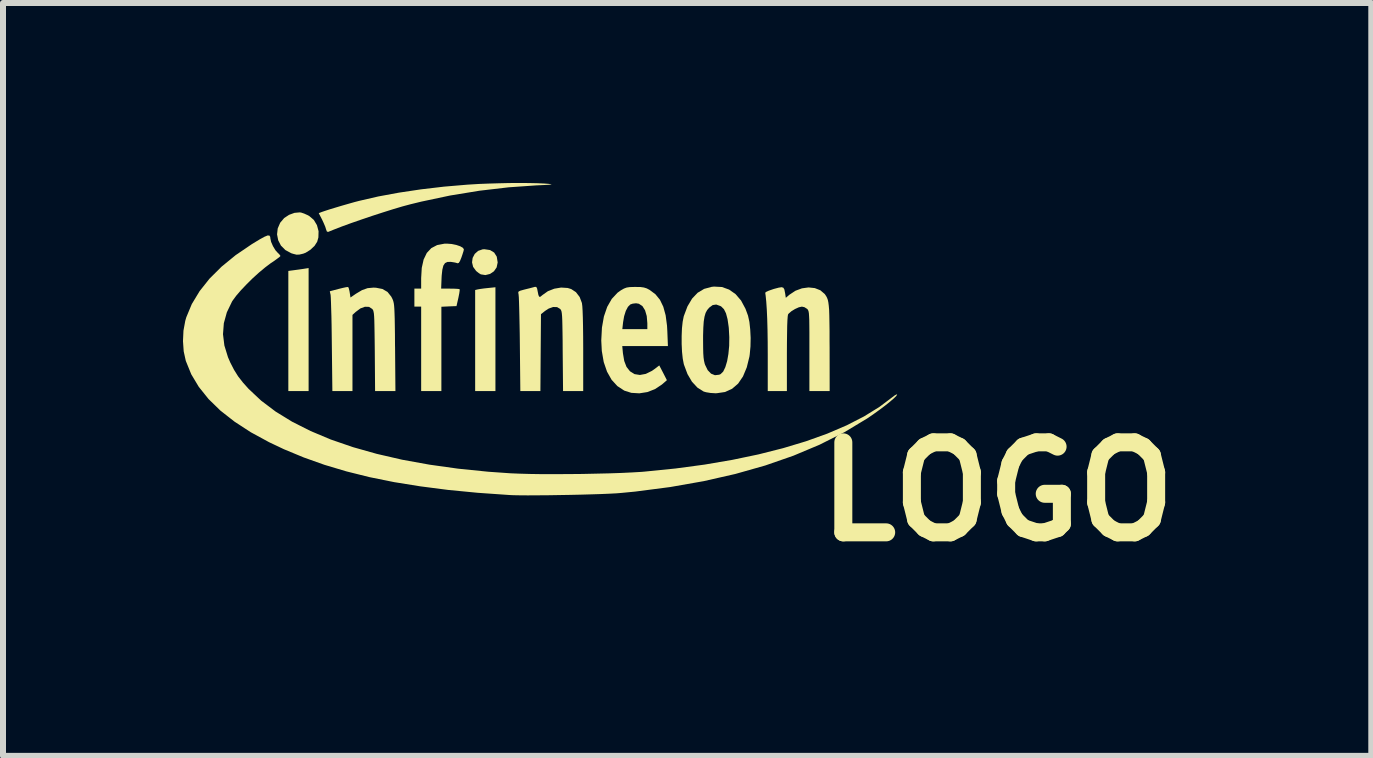
<source format=kicad_pcb>
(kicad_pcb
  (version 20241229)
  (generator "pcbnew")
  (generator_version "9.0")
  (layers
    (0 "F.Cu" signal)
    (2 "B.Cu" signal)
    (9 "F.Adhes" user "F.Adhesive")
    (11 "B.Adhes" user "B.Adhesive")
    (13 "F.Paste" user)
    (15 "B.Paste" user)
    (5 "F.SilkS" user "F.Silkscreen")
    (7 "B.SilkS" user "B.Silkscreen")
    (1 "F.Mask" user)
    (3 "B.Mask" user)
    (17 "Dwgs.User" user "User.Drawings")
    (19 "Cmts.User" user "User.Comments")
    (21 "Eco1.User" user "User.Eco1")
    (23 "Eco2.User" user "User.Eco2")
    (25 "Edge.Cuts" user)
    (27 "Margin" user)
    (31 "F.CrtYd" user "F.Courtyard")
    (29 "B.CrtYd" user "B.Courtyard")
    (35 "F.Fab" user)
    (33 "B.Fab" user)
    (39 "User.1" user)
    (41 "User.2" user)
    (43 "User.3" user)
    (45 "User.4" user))
  (footprint "LOGO"
    (layer "F.Cu")
    (at 5.958 2.605)
    (property "Reference" "LOGO" (at 7.62 2.54 0) (layer "F.SilkS") (effects (font (size 1.5 1.5) (thickness 0.3))))
    (attr board_only exclude_from_pos_files exclude_from_bom)
    (fp_poly (pts (xy -3.864 -0.162) (xy -3.864 0.863) (xy -4.033 0.863) (xy -4.202 0.863) (xy -4.202 -0.138) (xy -4.202 -1.139) (xy -4.104 -1.152) (xy -4.03 -1.162) (xy -3.96 -1.172) (xy -3.935 -1.176) (xy -3.864 -1.187)) (stroke (width 0) (type solid)) (fill yes) (layer "F.SilkS"))
    (fp_poly (pts (xy -0.75 -0.002) (xy -0.75 0.863) (xy -0.919 0.863) (xy -1.088 0.863) (xy -1.088 0.021) (xy -1.088 -0.821) (xy -1.046 -0.831) (xy -1.006 -0.838) (xy -0.942 -0.847) (xy -0.877 -0.854) (xy -0.75 -0.867)) (stroke (width 0) (type solid)) (fill yes) (layer "F.SilkS"))
    (fp_poly (pts (xy -0.84 -1.487) (xy -0.771 -1.445) (xy -0.728 -1.377) (xy -0.713 -1.283) (xy -0.713 -1.279) (xy -0.73 -1.198) (xy -0.775 -1.133) (xy -0.84 -1.089) (xy -0.917 -1.07) (xy -0.994 -1.082) (xy -1.026 -1.102) (xy -1.068 -1.135) (xy -1.074 -1.141) (xy -1.122 -1.207) (xy -1.14 -1.282) (xy -1.13 -1.356) (xy -1.095 -1.423) (xy -1.039 -1.473) (xy -0.964 -1.499) (xy -0.934 -1.501)) (stroke (width 0) (type solid)) (fill yes) (layer "F.SilkS"))
    (fp_poly (pts (xy -3.989 -2.112) (xy -3.938 -2.095) (xy -3.876 -2.067) (xy -3.853 -2.054) (xy -3.777 -1.989) (xy -3.725 -1.902) (xy -3.698 -1.801) (xy -3.701 -1.697) (xy -3.721 -1.626) (xy -3.765 -1.557) (xy -3.834 -1.492) (xy -3.912 -1.443) (xy -3.953 -1.427) (xy -4.017 -1.412) (xy -4.066 -1.41) (xy -4.121 -1.424) (xy -4.153 -1.434) (xy -4.251 -1.487) (xy -4.325 -1.561) (xy -4.371 -1.65) (xy -4.39 -1.748) (xy -4.379 -1.847) (xy -4.338 -1.942) (xy -4.271 -2.021) (xy -4.19 -2.074) (xy -4.1 -2.107) (xy -4.012 -2.115)) (stroke (width 0) (type solid)) (fill yes) (layer "F.SilkS"))
    (fp_poly (pts (xy -0.196 -2.604) (xy -0.055 -2.601) (xy 0.062 -2.596) (xy 0.131 -2.591) (xy 0.171 -2.586) (xy 0.186 -2.582) (xy 0.174 -2.579) (xy 0.132 -2.575) (xy 0.059 -2.571) (xy -0.05 -2.566) (xy -0.056 -2.566) (xy -0.529 -2.533) (xy -1.016 -2.476) (xy -1.506 -2.396) (xy -1.987 -2.294) (xy -2.167 -2.25) (xy -2.298 -2.215) (xy -2.453 -2.169) (xy -2.624 -2.115) (xy -2.803 -2.057) (xy -2.983 -1.996) (xy -3.156 -1.936) (xy -3.315 -1.878) (xy -3.451 -1.825) (xy -3.54 -1.789) (xy -3.56 -1.797) (xy -3.573 -1.832) (xy -3.587 -1.877) (xy -3.614 -1.94) (xy -3.639 -1.994) (xy -3.695 -2.102) (xy -3.644 -2.122) (xy -3.591 -2.14) (xy -3.511 -2.166) (xy -3.412 -2.196) (xy -3.305 -2.228) (xy -3.197 -2.259) (xy -3.098 -2.287) (xy -3.021 -2.307) (xy -2.704 -2.38) (xy -2.358 -2.444) (xy -1.99 -2.499) (xy -1.607 -2.544) (xy -1.218 -2.577) (xy -1.022 -2.589) (xy -0.865 -2.595) (xy -0.696 -2.6) (xy -0.524 -2.604) (xy -0.355 -2.605)) (stroke (width 0) (type solid)) (fill yes) (layer "F.SilkS"))
    (fp_poly (pts (xy -1.479 -1.588) (xy -1.402 -1.572) (xy -1.337 -1.55) (xy -1.292 -1.524) (xy -1.276 -1.499) (xy -1.282 -1.47) (xy -1.298 -1.419) (xy -1.316 -1.366) (xy -1.341 -1.304) (xy -1.361 -1.273) (xy -1.38 -1.266) (xy -1.386 -1.269) (xy -1.424 -1.279) (xy -1.479 -1.288) (xy -1.494 -1.29) (xy -1.55 -1.289) (xy -1.59 -1.27) (xy -1.618 -1.228) (xy -1.635 -1.16) (xy -1.646 -1.06) (xy -1.648 -1.02) (xy -1.655 -0.844) (xy -1.506 -0.844) (xy -1.435 -0.843) (xy -1.38 -0.84) (xy -1.35 -0.836) (xy -1.347 -0.834) (xy -1.346 -0.813) (xy -1.353 -0.764) (xy -1.366 -0.699) (xy -1.368 -0.689) (xy -1.399 -0.553) (xy -1.525 -0.548) (xy -1.651 -0.542) (xy -1.651 0.16) (xy -1.651 0.863) (xy -1.82 0.863) (xy -1.988 0.863) (xy -1.988 0.159) (xy -1.988 -0.544) (xy -2.045 -0.544) (xy -2.101 -0.544) (xy -2.101 -0.694) (xy -2.101 -0.844) (xy -2.045 -0.844) (xy -1.988 -0.844) (xy -1.988 -1.019) (xy -1.978 -1.19) (xy -1.947 -1.329) (xy -1.894 -1.439) (xy -1.819 -1.519) (xy -1.722 -1.57) (xy -1.602 -1.593) (xy -1.558 -1.594)) (stroke (width 0) (type solid)) (fill yes) (layer "F.SilkS"))
    (fp_poly (pts (xy -3.204 -0.87) (xy -3.194 -0.848) (xy -3.183 -0.802) (xy -3.179 -0.779) (xy -3.166 -0.696) (xy -3.075 -0.759) (xy -2.974 -0.819) (xy -2.881 -0.852) (xy -2.782 -0.861) (xy -2.74 -0.859) (xy -2.633 -0.838) (xy -2.549 -0.789) (xy -2.486 -0.71) (xy -2.469 -0.677) (xy -2.459 -0.654) (xy -2.451 -0.629) (xy -2.444 -0.598) (xy -2.439 -0.559) (xy -2.435 -0.506) (xy -2.432 -0.436) (xy -2.429 -0.346) (xy -2.427 -0.23) (xy -2.425 -0.086) (xy -2.424 0.092) (xy -2.423 0.136) (xy -2.417 0.863) (xy -2.586 0.863) (xy -2.756 0.863) (xy -2.761 0.199) (xy -2.763 0.023) (xy -2.765 -0.12) (xy -2.767 -0.232) (xy -2.769 -0.319) (xy -2.772 -0.383) (xy -2.776 -0.429) (xy -2.782 -0.461) (xy -2.788 -0.483) (xy -2.797 -0.497) (xy -2.803 -0.505) (xy -2.857 -0.54) (xy -2.925 -0.542) (xy -3.001 -0.514) (xy -3.08 -0.455) (xy -3.081 -0.454) (xy -3.133 -0.406) (xy -3.133 0.229) (xy -3.133 0.863) (xy -3.3 0.863) (xy -3.468 0.863) (xy -3.477 0.089) (xy -3.479 -0.08) (xy -3.481 -0.239) (xy -3.484 -0.384) (xy -3.488 -0.51) (xy -3.491 -0.613) (xy -3.494 -0.689) (xy -3.497 -0.734) (xy -3.498 -0.742) (xy -3.511 -0.8) (xy -3.364 -0.839) (xy -3.295 -0.856) (xy -3.239 -0.868) (xy -3.208 -0.871)) (stroke (width 0) (type solid)) (fill yes) (layer "F.SilkS"))
    (fp_poly (pts (xy -0.069 -0.872) (xy -0.055 -0.844) (xy -0.047 -0.803) (xy -0.034 -0.739) (xy -0.021 -0.709) (xy -0.002 -0.708) (xy 0.029 -0.733) (xy 0.035 -0.738) (xy 0.124 -0.801) (xy 0.231 -0.843) (xy 0.345 -0.862) (xy 0.454 -0.855) (xy 0.513 -0.837) (xy 0.592 -0.785) (xy 0.654 -0.704) (xy 0.692 -0.603) (xy 0.692 -0.6) (xy 0.698 -0.553) (xy 0.703 -0.472) (xy 0.707 -0.359) (xy 0.71 -0.217) (xy 0.712 -0.049) (xy 0.713 0.142) (xy 0.713 0.179) (xy 0.713 0.863) (xy 0.545 0.863) (xy 0.377 0.863) (xy 0.371 0.199) (xy 0.37 0.023) (xy 0.368 -0.119) (xy 0.366 -0.231) (xy 0.364 -0.318) (xy 0.361 -0.382) (xy 0.357 -0.428) (xy 0.352 -0.46) (xy 0.345 -0.482) (xy 0.336 -0.497) (xy 0.328 -0.506) (xy 0.278 -0.536) (xy 0.212 -0.538) (xy 0.138 -0.512) (xy 0.078 -0.473) (xy 0.009 -0.418) (xy 0.004 0.222) (xy -0.000493 0.863) (xy -0.168 0.863) (xy -0.335 0.863) (xy -0.343 0.08) (xy -0.345 -0.09) (xy -0.348 -0.249) (xy -0.351 -0.394) (xy -0.354 -0.52) (xy -0.357 -0.623) (xy -0.36 -0.699) (xy -0.364 -0.744) (xy -0.365 -0.752) (xy -0.37 -0.778) (xy -0.363 -0.796) (xy -0.337 -0.809) (xy -0.285 -0.824) (xy -0.25 -0.833) (xy -0.181 -0.85) (xy -0.124 -0.865) (xy -0.091 -0.874)) (stroke (width 0) (type solid)) (fill yes) (layer "F.SilkS"))
    (fp_poly (pts (xy 1.666 -0.871) (xy 1.724 -0.863) (xy 1.772 -0.848) (xy 1.821 -0.822) (xy 1.917 -0.75) (xy 1.992 -0.658) (xy 2.048 -0.542) (xy 2.087 -0.4) (xy 2.11 -0.227) (xy 2.115 -0.136) (xy 2.125 0.113) (xy 1.745 0.113) (xy 1.364 0.113) (xy 1.375 0.233) (xy 1.397 0.362) (xy 1.435 0.461) (xy 1.493 0.534) (xy 1.493 0.534) (xy 1.569 0.581) (xy 1.658 0.595) (xy 1.756 0.577) (xy 1.858 0.527) (xy 1.898 0.499) (xy 1.981 0.436) (xy 2.045 0.559) (xy 2.108 0.682) (xy 2.025 0.754) (xy 1.911 0.83) (xy 1.783 0.88) (xy 1.648 0.901) (xy 1.515 0.893) (xy 1.398 0.856) (xy 1.282 0.78) (xy 1.186 0.675) (xy 1.11 0.54) (xy 1.055 0.38) (xy 1.023 0.195) (xy 1.014 0.019) (xy 1.024 -0.169) (xy 1.365 -0.169) (xy 1.573 -0.169) (xy 1.782 -0.169) (xy 1.782 -0.267) (xy 1.772 -0.387) (xy 1.744 -0.483) (xy 1.7 -0.553) (xy 1.641 -0.592) (xy 1.594 -0.6) (xy 1.539 -0.594) (xy 1.498 -0.58) (xy 1.459 -0.541) (xy 1.423 -0.473) (xy 1.395 -0.384) (xy 1.378 -0.286) (xy 1.365 -0.169) (xy 1.024 -0.169) (xy 1.025 -0.193) (xy 1.058 -0.38) (xy 1.113 -0.54) (xy 1.189 -0.673) (xy 1.285 -0.776) (xy 1.341 -0.816) (xy 1.392 -0.845) (xy 1.437 -0.862) (xy 1.49 -0.87) (xy 1.565 -0.872) (xy 1.584 -0.872)) (stroke (width 0) (type solid)) (fill yes) (layer "F.SilkS"))
    (fp_poly (pts (xy 4.049 -0.859) (xy 4.066 -0.83) (xy 4.076 -0.779) (xy 4.079 -0.765) (xy 4.09 -0.691) (xy 4.151 -0.743) (xy 4.251 -0.809) (xy 4.359 -0.849) (xy 4.469 -0.864) (xy 4.573 -0.853) (xy 4.665 -0.817) (xy 4.738 -0.755) (xy 4.746 -0.744) (xy 4.764 -0.717) (xy 4.778 -0.69) (xy 4.79 -0.657) (xy 4.799 -0.615) (xy 4.806 -0.56) (xy 4.812 -0.489) (xy 4.815 -0.397) (xy 4.817 -0.281) (xy 4.819 -0.137) (xy 4.819 0.039) (xy 4.82 0.136) (xy 4.821 0.863) (xy 4.652 0.863) (xy 4.483 0.863) (xy 4.483 0.197) (xy 4.483 0.021) (xy 4.483 -0.121) (xy 4.482 -0.233) (xy 4.481 -0.32) (xy 4.478 -0.384) (xy 4.475 -0.43) (xy 4.47 -0.461) (xy 4.463 -0.482) (xy 4.455 -0.496) (xy 4.446 -0.506) (xy 4.4 -0.535) (xy 4.358 -0.544) (xy 4.307 -0.533) (xy 4.243 -0.504) (xy 4.183 -0.467) (xy 4.138 -0.428) (xy 4.127 -0.413) (xy 4.122 -0.384) (xy 4.117 -0.32) (xy 4.113 -0.223) (xy 4.111 -0.096) (xy 4.109 0.059) (xy 4.108 0.239) (xy 4.108 0.243) (xy 4.108 0.863) (xy 3.949 0.863) (xy 3.789 0.863) (xy 3.789 0.258) (xy 3.788 0.042) (xy 3.785 -0.159) (xy 3.78 -0.34) (xy 3.773 -0.497) (xy 3.764 -0.628) (xy 3.754 -0.727) (xy 3.747 -0.775) (xy 3.761 -0.789) (xy 3.804 -0.809) (xy 3.867 -0.831) (xy 3.891 -0.839) (xy 3.97 -0.86) (xy 4.02 -0.868)) (stroke (width 0) (type solid)) (fill yes) (layer "F.SilkS"))
    (fp_poly (pts (xy 3.026 -0.871) (xy 3.145 -0.828) (xy 3.252 -0.753) (xy 3.344 -0.646) (xy 3.418 -0.508) (xy 3.46 -0.394) (xy 3.483 -0.29) (xy 3.497 -0.162) (xy 3.504 -0.021) (xy 3.501 0.12) (xy 3.489 0.25) (xy 3.484 0.287) (xy 3.439 0.469) (xy 3.376 0.62) (xy 3.295 0.739) (xy 3.195 0.825) (xy 3.077 0.879) (xy 2.941 0.899) (xy 2.918 0.9) (xy 2.836 0.895) (xy 2.762 0.883) (xy 2.72 0.871) (xy 2.617 0.806) (xy 2.526 0.708) (xy 2.451 0.58) (xy 2.393 0.425) (xy 2.389 0.411) (xy 2.372 0.322) (xy 2.36 0.208) (xy 2.354 0.079) (xy 2.354 0.009) (xy 2.711 0.009) (xy 2.712 0.136) (xy 2.714 0.231) (xy 2.719 0.304) (xy 2.727 0.36) (xy 2.738 0.407) (xy 2.745 0.427) (xy 2.788 0.515) (xy 2.844 0.573) (xy 2.909 0.599) (xy 2.979 0.591) (xy 3.003 0.581) (xy 3.046 0.539) (xy 3.082 0.465) (xy 3.112 0.365) (xy 3.133 0.245) (xy 3.146 0.11) (xy 3.148 -0.035) (xy 3.14 -0.183) (xy 3.138 -0.204) (xy 3.119 -0.335) (xy 3.093 -0.432) (xy 3.059 -0.501) (xy 3.015 -0.545) (xy 3 -0.554) (xy 2.93 -0.579) (xy 2.871 -0.57) (xy 2.814 -0.528) (xy 2.779 -0.487) (xy 2.753 -0.439) (xy 2.735 -0.377) (xy 2.722 -0.297) (xy 2.715 -0.193) (xy 2.711 -0.06) (xy 2.711 0.009) (xy 2.354 0.009) (xy 2.354 -0.055) (xy 2.359 -0.182) (xy 2.371 -0.294) (xy 2.388 -0.379) (xy 2.389 -0.384) (xy 2.451 -0.548) (xy 2.528 -0.678) (xy 2.62 -0.775) (xy 2.729 -0.84) (xy 2.855 -0.874) (xy 2.894 -0.878)) (stroke (width 0) (type solid)) (fill yes) (layer "F.SilkS"))
    (fp_poly (pts (xy -4.518 -1.729) (xy -4.504 -1.707) (xy -4.502 -1.683) (xy -4.489 -1.623) (xy -4.458 -1.552) (xy -4.417 -1.484) (xy -4.383 -1.446) (xy -4.35 -1.413) (xy -4.334 -1.39) (xy -4.333 -1.388) (xy -4.348 -1.373) (xy -4.387 -1.343) (xy -4.445 -1.301) (xy -4.498 -1.266) (xy -4.588 -1.198) (xy -4.69 -1.113) (xy -4.796 -1.017) (xy -4.899 -0.915) (xy -4.994 -0.815) (xy -5.073 -0.723) (xy -5.13 -0.645) (xy -5.14 -0.63) (xy -5.227 -0.449) (xy -5.277 -0.268) (xy -5.291 -0.084) (xy -5.268 0.104) (xy -5.208 0.299) (xy -5.169 0.389) (xy -5.106 0.511) (xy -5.039 0.618) (xy -4.958 0.722) (xy -4.863 0.828) (xy -4.655 1.023) (xy -4.414 1.205) (xy -4.139 1.374) (xy -3.832 1.529) (xy -3.494 1.671) (xy -3.125 1.798) (xy -2.728 1.91) (xy -2.303 2.008) (xy -1.85 2.09) (xy -1.372 2.157) (xy -0.869 2.208) (xy -0.498 2.234) (xy -0.353 2.24) (xy -0.177 2.245) (xy 0.022 2.248) (xy 0.238 2.248) (xy 0.465 2.247) (xy 0.696 2.245) (xy 0.926 2.24) (xy 1.146 2.235) (xy 1.351 2.228) (xy 1.535 2.219) (xy 1.69 2.21) (xy 1.745 2.205) (xy 2.251 2.154) (xy 2.736 2.089) (xy 3.198 2.01) (xy 3.634 1.919) (xy 4.045 1.815) (xy 4.427 1.7) (xy 4.781 1.573) (xy 5.103 1.435) (xy 5.394 1.286) (xy 5.651 1.127) (xy 5.858 0.971) (xy 5.903 0.937) (xy 5.935 0.919) (xy 5.946 0.922) (xy 5.931 0.945) (xy 5.89 0.986) (xy 5.828 1.039) (xy 5.75 1.102) (xy 5.66 1.17) (xy 5.564 1.239) (xy 5.468 1.306) (xy 5.44 1.324) (xy 5.063 1.551) (xy 4.654 1.757) (xy 4.216 1.941) (xy 3.747 2.104) (xy 3.249 2.245) (xy 2.721 2.365) (xy 2.164 2.463) (xy 1.579 2.539) (xy 1.351 2.561) (xy 1.265 2.568) (xy 1.148 2.574) (xy 1.006 2.58) (xy 0.844 2.585) (xy 0.669 2.59) (xy 0.486 2.594) (xy 0.301 2.597) (xy 0.119 2.6) (xy -0.053 2.601) (xy -0.209 2.602) (xy -0.345 2.601) (xy -0.453 2.599) (xy -0.516 2.596) (xy -1.045 2.559) (xy -1.54 2.511) (xy -2.004 2.451) (xy -2.439 2.381) (xy -2.849 2.298) (xy -3.234 2.202) (xy -3.599 2.093) (xy -3.945 1.97) (xy -4.275 1.833) (xy -4.522 1.716) (xy -4.829 1.549) (xy -5.099 1.373) (xy -5.334 1.189) (xy -5.532 0.996) (xy -5.694 0.794) (xy -5.82 0.584) (xy -5.909 0.365) (xy -5.912 0.356) (xy -5.946 0.202) (xy -5.958 0.031) (xy -5.95 -0.144) (xy -5.92 -0.307) (xy -5.903 -0.366) (xy -5.811 -0.587) (xy -5.681 -0.802) (xy -5.516 -1.01) (xy -5.315 -1.21) (xy -5.079 -1.403) (xy -4.808 -1.587) (xy -4.676 -1.667) (xy -4.599 -1.709) (xy -4.548 -1.73)) (stroke (width 0) (type solid)) (fill yes) (layer "F.SilkS")))
  (gr_rect
    (start -3 -3)
    (end 19.807 9.549)
    (stroke (width 0.1) (type default))
    (fill no)
    (layer "Edge.Cuts")))
</source>
